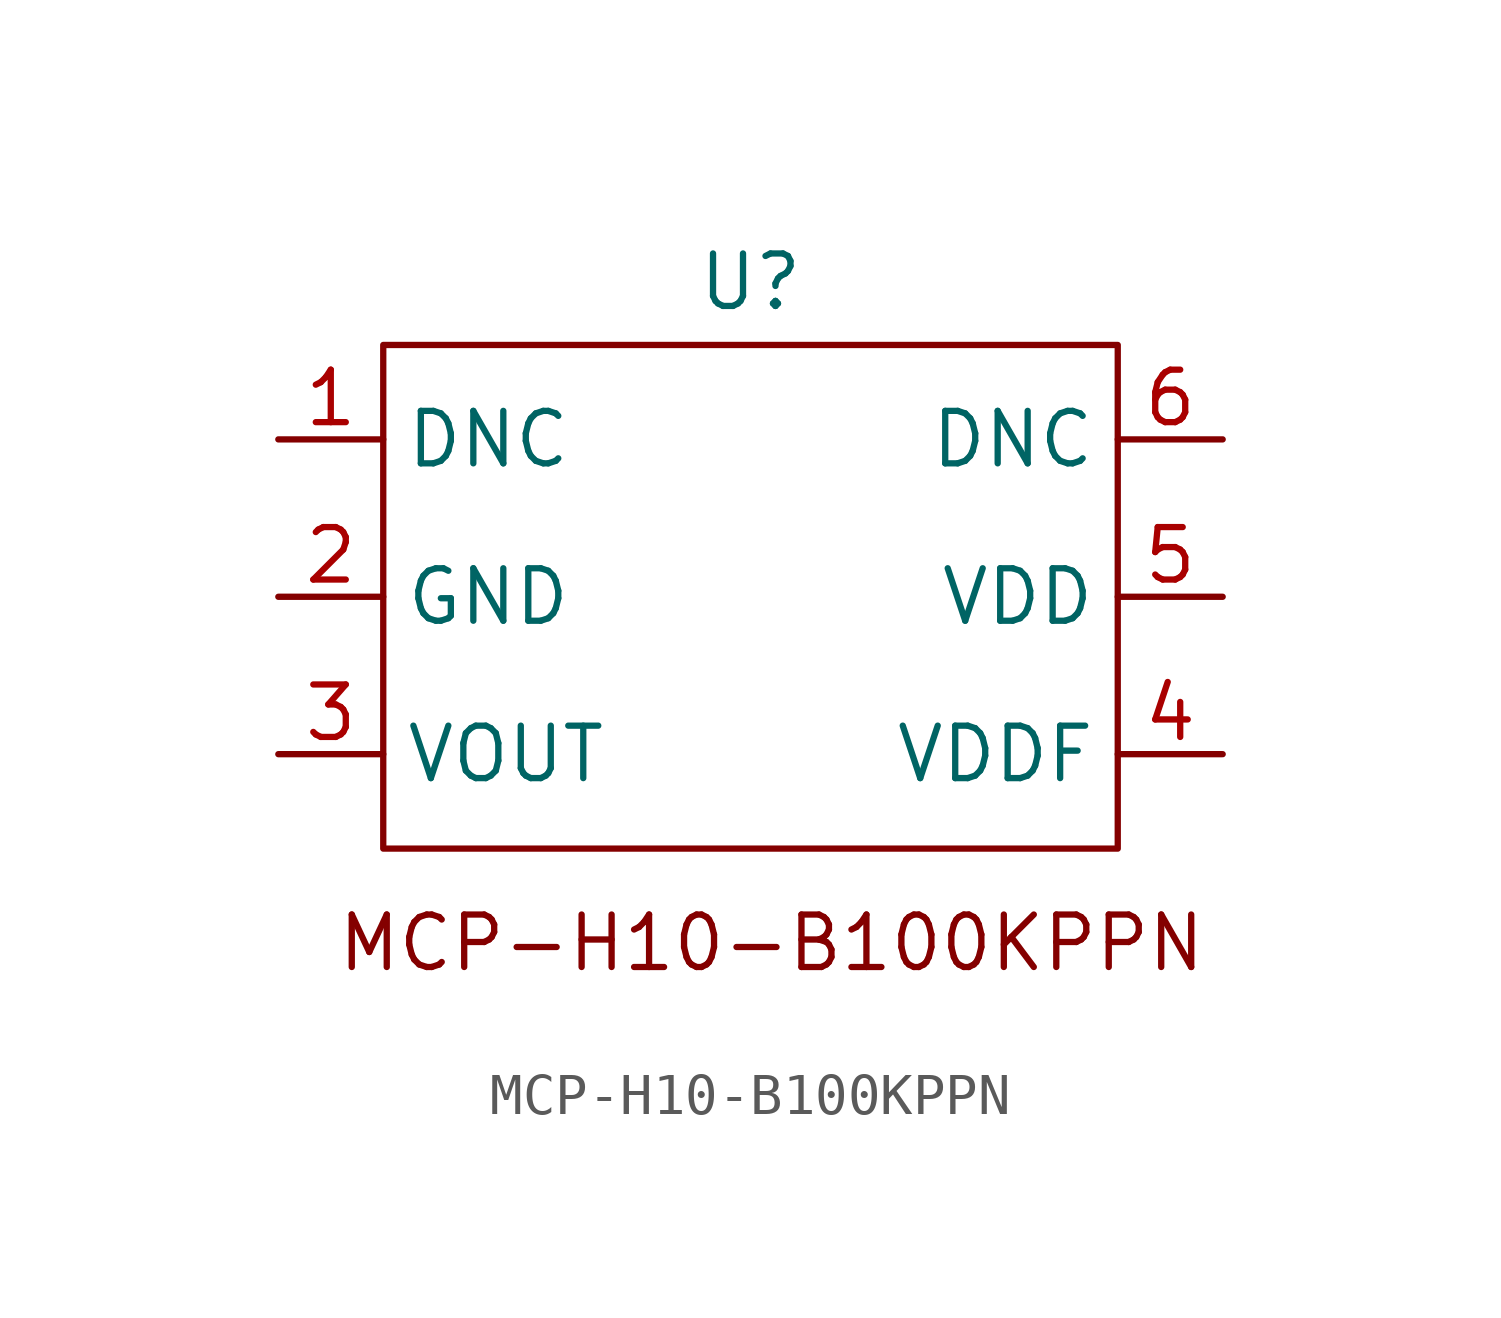
<source format=kicad_sym>
(kicad_symbol_lib
  (version 20231120)
  (generator "kicad_symbol_editor")
  (generator_version "8.0")
  (symbol "MCP-H10-B100KPPN"
    (property "Reference" "U"
      (at 0 7.62 0)
      (effects (font (size 1.27 1.27))))
    (property "Value" ""
      (at 0 5.08 0)
      (effects (font (size 1.27 1.27))))
    (symbol "MCP-H10-B100KPPN_1_1"
      (rectangle (start -8.89 6.096) (end 8.89 -6.096) (stroke (width 0) (type default)) (fill (type none)))
      (text "MCP-H10-B100KPPN" (at 0.508 -8.382 0) (effects (font (size 1.27 1.27))))
      (pin input line (at -11.43 3.81 0) (length 2.54) (name "DNC" (effects (font (size 1.27 1.27)))) (number "1" (effects (font (size 1.27 1.27)))))
      (pin input line (at -11.43 0 0) (length 2.54) (name "GND" (effects (font (size 1.27 1.27)))) (number "2" (effects (font (size 1.27 1.27)))))
      (pin input line (at -11.43 -3.81 0) (length 2.54) (name "VOUT" (effects (font (size 1.27 1.27)))) (number "3" (effects (font (size 1.27 1.27)))))
      (pin input line (at 11.43 -3.81 180) (length 2.54) (name "VDDF" (effects (font (size 1.27 1.27)))) (number "4" (effects (font (size 1.27 1.27)))))
      (pin input line (at 11.43 0 180) (length 2.54) (name "VDD" (effects (font (size 1.27 1.27)))) (number "5" (effects (font (size 1.27 1.27)))))
      (pin input line (at 11.43 3.81 180) (length 2.54) (name "DNC" (effects (font (size 1.27 1.27)))) (number "6" (effects (font (size 1.27 1.27))))))))
</source>
